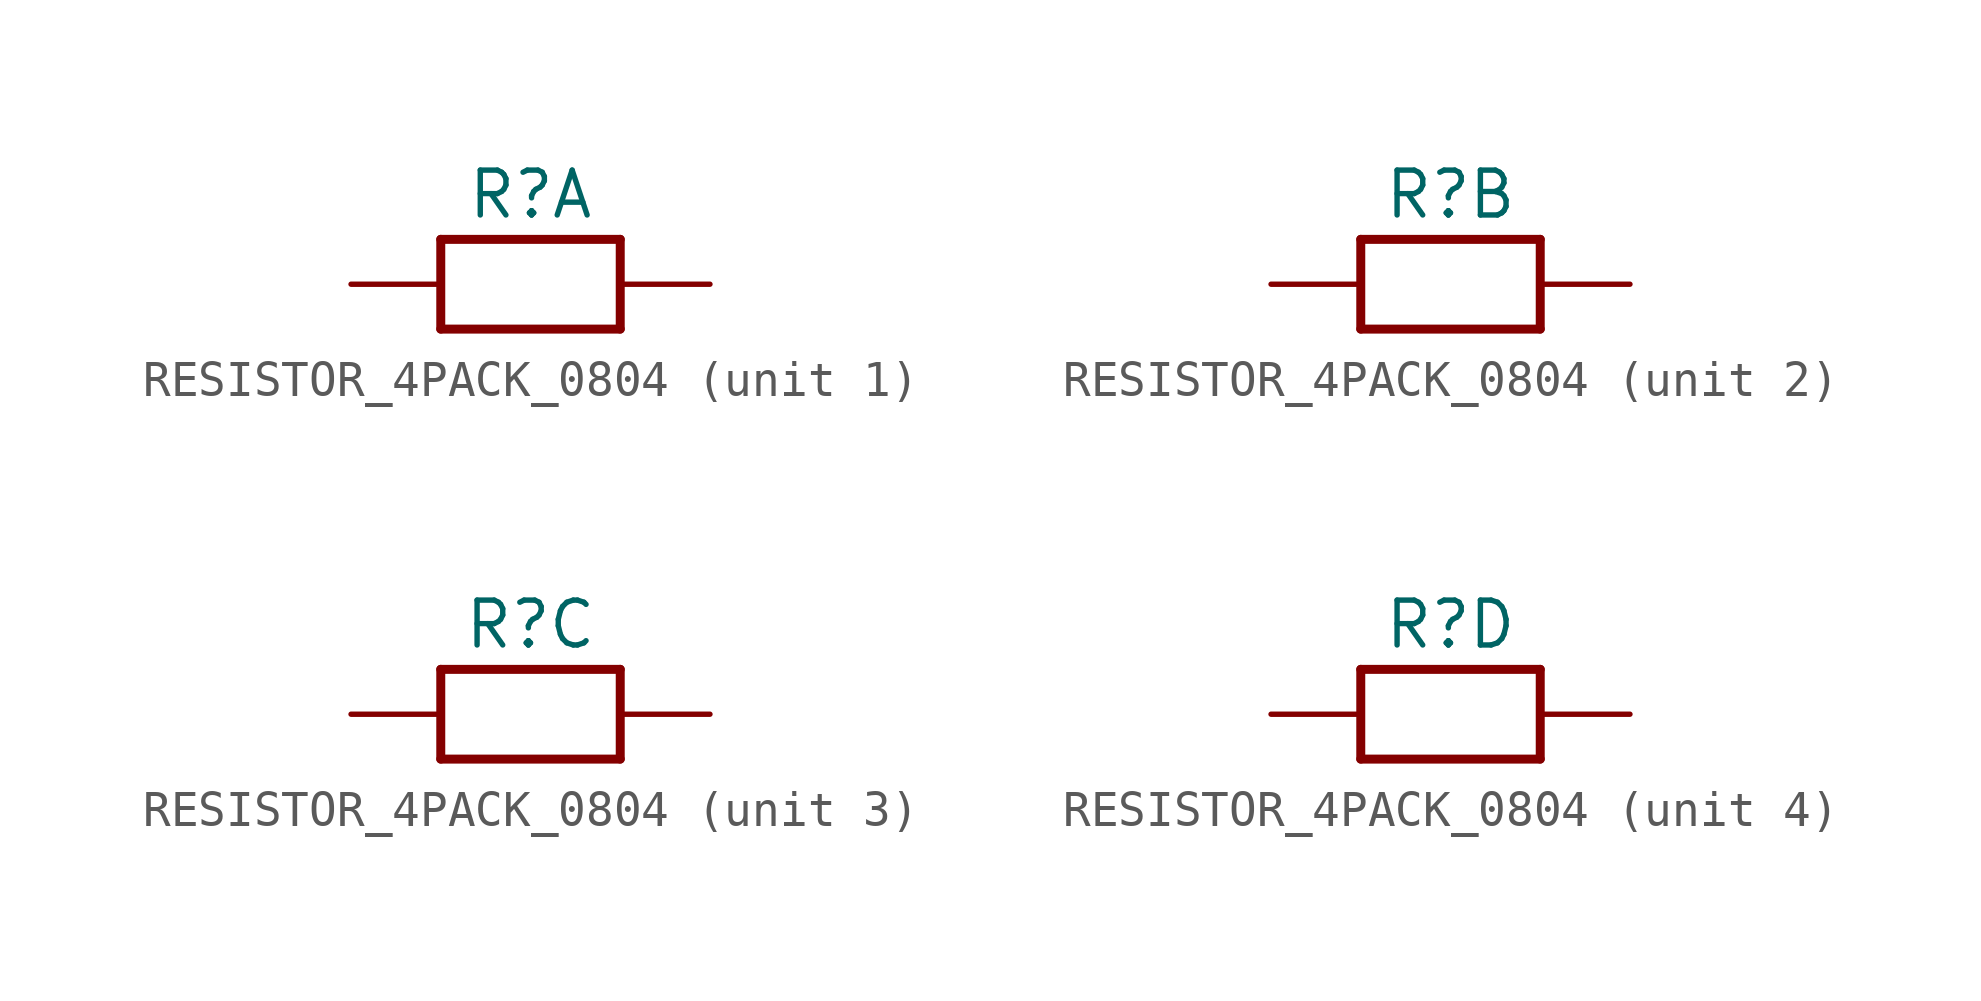
<source format=kicad_sym>
(kicad_symbol_lib
  (version 20220914)
  (generator kicad_symbol_editor)
  (symbol "RESISTOR_4PACK_0804"
    (property "Reference" "R"
      (at 0 2.54 0)
      (effects (font (size 1.27 1.27))))
    (property "Value" ""
      (at 0 0 0)
      (effects (font (size 1.016 1.016) bold)))
    (property "ki_locked" ""
      (at 0 0 0)
      (effects (font (size 1.27 1.27))))
    (symbol "RESISTOR_4PACK_0804_1_0"
      (polyline (pts (xy -2.54 -1.27) (xy -2.54 1.27)) (stroke (width 0.254) (type solid)) (fill (type none)))
      (polyline (pts (xy -2.54 1.27) (xy 2.54 1.27)) (stroke (width 0.254) (type solid)) (fill (type none)))
      (polyline (pts (xy 2.54 -1.27) (xy -2.54 -1.27)) (stroke (width 0.254) (type solid)) (fill (type none)))
      (polyline (pts (xy 2.54 1.27) (xy 2.54 -1.27)) (stroke (width 0.254) (type solid)) (fill (type none)))
      (pin passive line (at -5.08 0 0) (length 2.54) (name "1" (effects (font (size 0 0)))) (number "1" (effects (font (size 0 0)))))
      (pin passive line (at 5.08 0 180) (length 2.54) (name "2" (effects (font (size 0 0)))) (number "8" (effects (font (size 0 0))))))
    (symbol "RESISTOR_4PACK_0804_2_0"
      (polyline (pts (xy -2.54 -1.27) (xy -2.54 1.27)) (stroke (width 0.254) (type solid)) (fill (type none)))
      (polyline (pts (xy -2.54 1.27) (xy 2.54 1.27)) (stroke (width 0.254) (type solid)) (fill (type none)))
      (polyline (pts (xy 2.54 -1.27) (xy -2.54 -1.27)) (stroke (width 0.254) (type solid)) (fill (type none)))
      (polyline (pts (xy 2.54 1.27) (xy 2.54 -1.27)) (stroke (width 0.254) (type solid)) (fill (type none)))
      (pin passive line (at -5.08 0 0) (length 2.54) (name "1" (effects (font (size 0 0)))) (number "2" (effects (font (size 0 0)))))
      (pin passive line (at 5.08 0 180) (length 2.54) (name "2" (effects (font (size 0 0)))) (number "7" (effects (font (size 0 0))))))
    (symbol "RESISTOR_4PACK_0804_3_0"
      (polyline (pts (xy -2.54 -1.27) (xy -2.54 1.27)) (stroke (width 0.254) (type solid)) (fill (type none)))
      (polyline (pts (xy -2.54 1.27) (xy 2.54 1.27)) (stroke (width 0.254) (type solid)) (fill (type none)))
      (polyline (pts (xy 2.54 -1.27) (xy -2.54 -1.27)) (stroke (width 0.254) (type solid)) (fill (type none)))
      (polyline (pts (xy 2.54 1.27) (xy 2.54 -1.27)) (stroke (width 0.254) (type solid)) (fill (type none)))
      (pin passive line (at -5.08 0 0) (length 2.54) (name "1" (effects (font (size 0 0)))) (number "3" (effects (font (size 0 0)))))
      (pin passive line (at 5.08 0 180) (length 2.54) (name "2" (effects (font (size 0 0)))) (number "6" (effects (font (size 0 0))))))
    (symbol "RESISTOR_4PACK_0804_4_0"
      (polyline (pts (xy -2.54 -1.27) (xy -2.54 1.27)) (stroke (width 0.254) (type solid)) (fill (type none)))
      (polyline (pts (xy -2.54 1.27) (xy 2.54 1.27)) (stroke (width 0.254) (type solid)) (fill (type none)))
      (polyline (pts (xy 2.54 -1.27) (xy -2.54 -1.27)) (stroke (width 0.254) (type solid)) (fill (type none)))
      (polyline (pts (xy 2.54 1.27) (xy 2.54 -1.27)) (stroke (width 0.254) (type solid)) (fill (type none)))
      (pin passive line (at -5.08 0 0) (length 2.54) (name "1" (effects (font (size 0 0)))) (number "4" (effects (font (size 0 0)))))
      (pin passive line (at 5.08 0 180) (length 2.54) (name "2" (effects (font (size 0 0)))) (number "5" (effects (font (size 0 0))))))))
</source>
